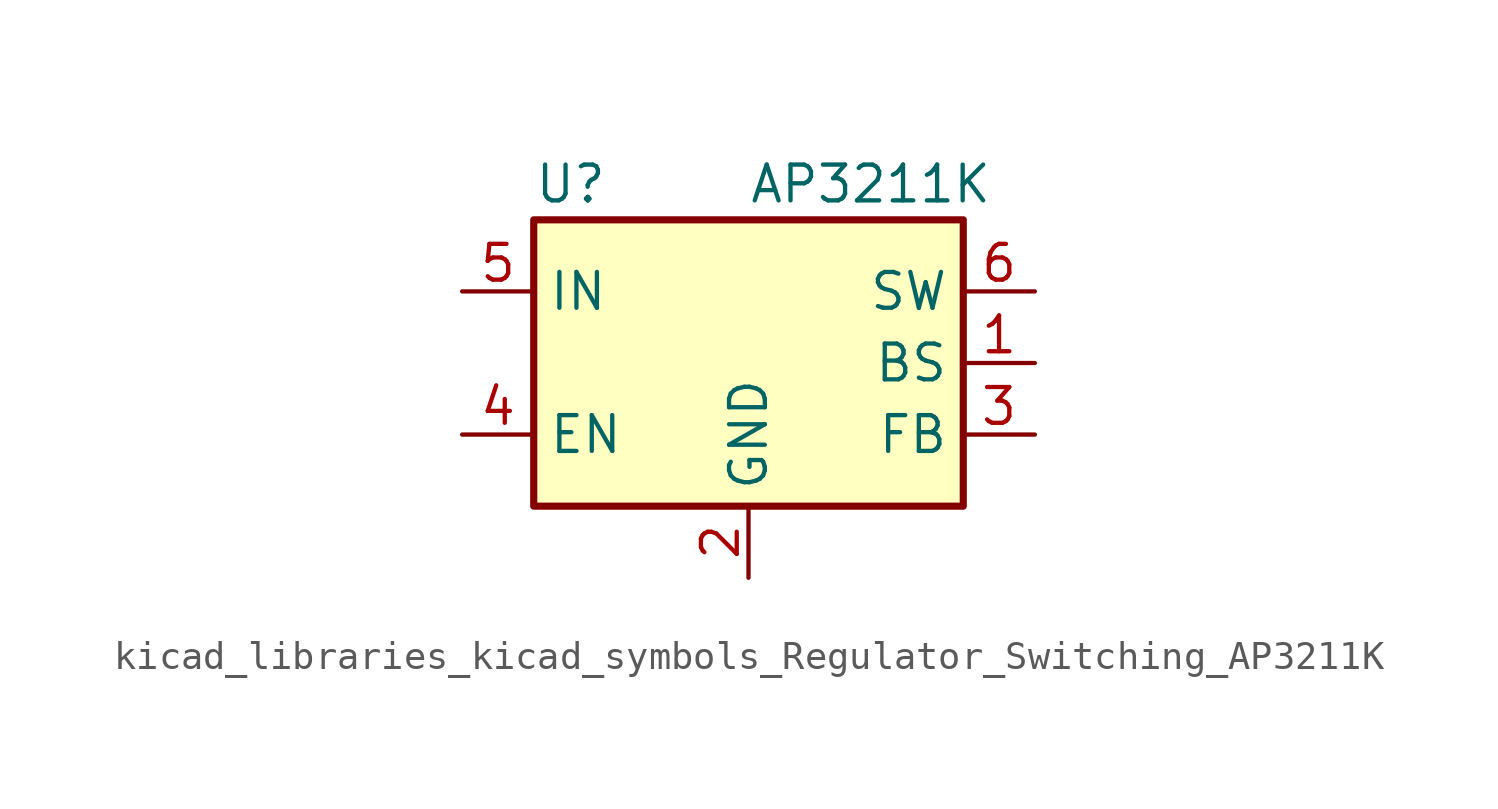
<source format=kicad_sym>
(kicad_symbol_lib
  (version 20220914)
  (generator kicad_symbol_editor)
  (symbol "kicad_libraries_kicad_symbols_Regulator_Switching_AP3211K"
    (property "Reference" "U"
      (at -7.62 6.35 0)
      (effects (font (size 1.27 1.27)) (justify left)))
    (property "Value" "AP3211K"
      (at 0 6.35 0)
      (effects (font (size 1.27 1.27)) (justify left)))
    (symbol "kicad_libraries_kicad_symbols_Regulator_Switching_AP3211K_0_1"
      (rectangle (start -7.62 5.08) (end 7.62 -5.08) (stroke (width 0.254) (type default)) (fill (type background))))
    (symbol "kicad_libraries_kicad_symbols_Regulator_Switching_AP3211K_1_1"
      (pin passive line (at 10.16 0 180) (length 2.54) (name "BS" (effects (font (size 1.27 1.27)))) (number "1" (effects (font (size 1.27 1.27)))))
      (pin power_in line (at 0 -7.62 90) (length 2.54) (name "GND" (effects (font (size 1.27 1.27)))) (number "2" (effects (font (size 1.27 1.27)))))
      (pin input line (at 10.16 -2.54 180) (length 2.54) (name "FB" (effects (font (size 1.27 1.27)))) (number "3" (effects (font (size 1.27 1.27)))))
      (pin input line (at -10.16 -2.54 0) (length 2.54) (name "EN" (effects (font (size 1.27 1.27)))) (number "4" (effects (font (size 1.27 1.27)))))
      (pin power_in line (at -10.16 2.54 0) (length 2.54) (name "IN" (effects (font (size 1.27 1.27)))) (number "5" (effects (font (size 1.27 1.27)))))
      (pin passive line (at 10.16 2.54 180) (length 2.54) (name "SW" (effects (font (size 1.27 1.27)))) (number "6" (effects (font (size 1.27 1.27))))))))
</source>
